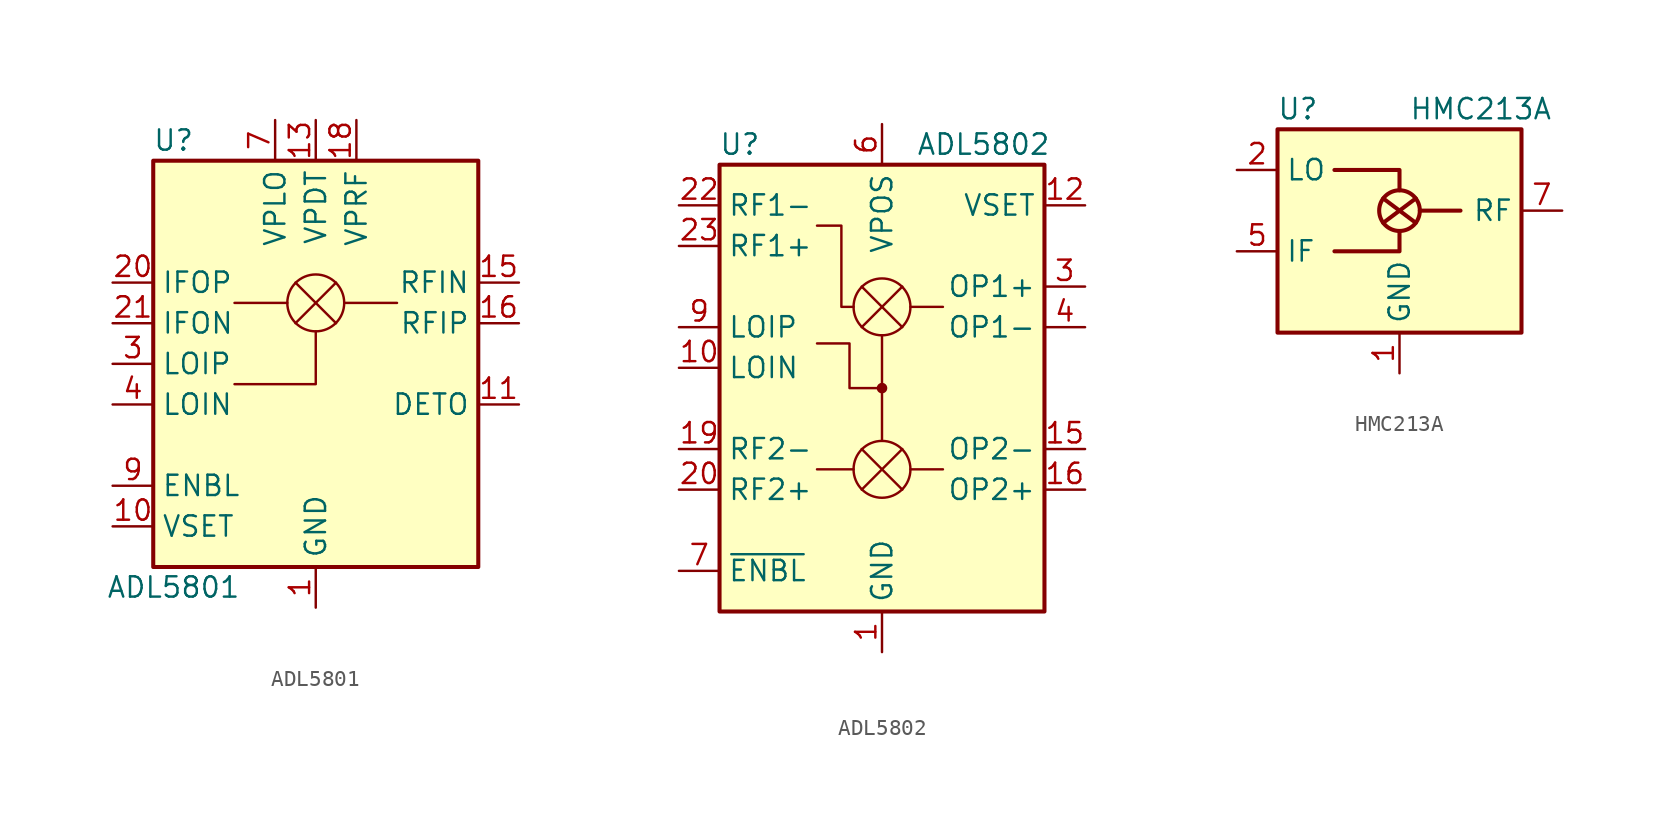
<source format=kicad_sym>
(kicad_symbol_lib
  (version 20201005)
  (generator kicad_symbol_editor)
  (symbol "ADL5801"
    (property "Reference" "U"
      (at -8.89 13.97 0)
      (effects (font (size 1.27 1.27))))
    (property "Value" "ADL5801"
      (at -8.89 -13.97 0)
      (effects (font (size 1.27 1.27))))
    (symbol "ADL5801_0_1"
      (rectangle (start -10.16 12.7) (end 10.16 -12.7) (stroke (width 0.254)) (fill (type background))))
    (symbol "ADL5801_1_1"
      (circle (center 0 3.81) (radius 1.778) (stroke (width 0)) (fill (type none)))
      (polyline (pts (xy -1.778 3.81) (xy -5.08 3.81)) (stroke (width 0)) (fill (type none)))
      (polyline (pts (xy -1.27 2.54) (xy 1.27 5.08)) (stroke (width 0)) (fill (type none)))
      (polyline (pts (xy -1.27 5.08) (xy 1.27 2.54)) (stroke (width 0)) (fill (type none)))
      (polyline (pts (xy 1.778 3.81) (xy 5.08 3.81)) (stroke (width 0)) (fill (type none)))
      (polyline (pts (xy 0 2.032) (xy 0 -1.27) (xy -5.08 -1.27)) (stroke (width 0)) (fill (type none)))
      (pin power_in line (at 0 -15.24 90) (length 2.54) (name "GND" (effects (font (size 1.27 1.27)))) (number "1" (effects (font (size 1.27 1.27)))))
      (pin input line (at -12.7 -10.16 0) (length 2.54) (name "VSET" (effects (font (size 1.27 1.27)))) (number "10" (effects (font (size 1.27 1.27)))))
      (pin output line (at 12.7 -2.54 180) (length 2.54) (name "DETO" (effects (font (size 1.27 1.27)))) (number "11" (effects (font (size 1.27 1.27)))))
      (pin passive line (at 0 -15.24 90) (length 2.54) hide (name "GND" (effects (font (size 1.27 1.27)))) (number "12" (effects (font (size 1.27 1.27)))))
      (pin power_in line (at 0 15.24 270) (length 2.54) (name "VPDT" (effects (font (size 1.27 1.27)))) (number "13" (effects (font (size 1.27 1.27)))))
      (pin passive line (at 0 -15.24 90) (length 2.54) hide (name "GND" (effects (font (size 1.27 1.27)))) (number "14" (effects (font (size 1.27 1.27)))))
      (pin passive line (at 12.7 5.08 180) (length 2.54) (name "RFIN" (effects (font (size 1.27 1.27)))) (number "15" (effects (font (size 1.27 1.27)))))
      (pin passive line (at 12.7 2.54 180) (length 2.54) (name "RFIP" (effects (font (size 1.27 1.27)))) (number "16" (effects (font (size 1.27 1.27)))))
      (pin passive line (at 0 -15.24 90) (length 2.54) hide (name "GND" (effects (font (size 1.27 1.27)))) (number "17" (effects (font (size 1.27 1.27)))))
      (pin power_in line (at 2.54 15.24 270) (length 2.54) (name "VPRF" (effects (font (size 1.27 1.27)))) (number "18" (effects (font (size 1.27 1.27)))))
      (pin passive line (at 0 -15.24 90) (length 2.54) hide (name "GND" (effects (font (size 1.27 1.27)))) (number "19" (effects (font (size 1.27 1.27)))))
      (pin passive line (at 0 -15.24 90) (length 2.54) hide (name "GND" (effects (font (size 1.27 1.27)))) (number "2" (effects (font (size 1.27 1.27)))))
      (pin passive line (at -12.7 5.08 0) (length 2.54) (name "IFOP" (effects (font (size 1.27 1.27)))) (number "20" (effects (font (size 1.27 1.27)))))
      (pin passive line (at -12.7 2.54 0) (length 2.54) (name "IFON" (effects (font (size 1.27 1.27)))) (number "21" (effects (font (size 1.27 1.27)))))
      (pin no_connect line (at 10.16 -5.08 180) (length 2.54) hide (name "NC" (effects (font (size 1.27 1.27)))) (number "22" (effects (font (size 1.27 1.27)))))
      (pin passive line (at 0 -15.24 90) (length 2.54) hide (name "GND" (effects (font (size 1.27 1.27)))) (number "23" (effects (font (size 1.27 1.27)))))
      (pin passive line (at -2.54 15.24 270) (length 2.54) hide (name "VPLO" (effects (font (size 1.27 1.27)))) (number "24" (effects (font (size 1.27 1.27)))))
      (pin passive line (at 0 -15.24 90) (length 2.54) hide (name "GND" (effects (font (size 1.27 1.27)))) (number "25" (effects (font (size 1.27 1.27)))))
      (pin passive line (at -12.7 0 0) (length 2.54) (name "LOIP" (effects (font (size 1.27 1.27)))) (number "3" (effects (font (size 1.27 1.27)))))
      (pin passive line (at -12.7 -2.54 0) (length 2.54) (name "LOIN" (effects (font (size 1.27 1.27)))) (number "4" (effects (font (size 1.27 1.27)))))
      (pin passive line (at 0 -15.24 90) (length 2.54) hide (name "GND" (effects (font (size 1.27 1.27)))) (number "5" (effects (font (size 1.27 1.27)))))
      (pin passive line (at 0 -15.24 90) (length 2.54) hide (name "GND" (effects (font (size 1.27 1.27)))) (number "6" (effects (font (size 1.27 1.27)))))
      (pin power_in line (at -2.54 15.24 270) (length 2.54) (name "VPLO" (effects (font (size 1.27 1.27)))) (number "7" (effects (font (size 1.27 1.27)))))
      (pin passive line (at 0 -15.24 90) (length 2.54) hide (name "GND" (effects (font (size 1.27 1.27)))) (number "8" (effects (font (size 1.27 1.27)))))
      (pin input line (at -12.7 -7.62 0) (length 2.54) (name "ENBL" (effects (font (size 1.27 1.27)))) (number "9" (effects (font (size 1.27 1.27)))))))
  (symbol "ADL5802"
    (property "Reference" "U"
      (at -8.89 16.51 0)
      (effects (font (size 1.27 1.27))))
    (property "Value" "ADL5802"
      (at 6.35 16.51 0)
      (effects (font (size 1.27 1.27))))
    (symbol "ADL5802_0_1"
      (circle (center 0 1.27) (radius 0.254) (stroke (width 0)) (fill (type outline)))
      (rectangle (start -10.16 15.24) (end 10.16 -12.7) (stroke (width 0.254)) (fill (type background)))
      (polyline (pts (xy -1.778 -3.81) (xy -4.064 -3.81)) (stroke (width 0)) (fill (type none)))
      (polyline (pts (xy 0 4.572) (xy 0 -2.032)) (stroke (width 0)) (fill (type none)))
      (polyline (pts (xy -1.778 6.35) (xy -2.54 6.35) (xy -2.54 11.43) (xy -4.064 11.43)) (stroke (width 0)) (fill (type none)))
      (polyline (pts (xy 0 1.27) (xy -2.032 1.27) (xy -2.032 4.064) (xy -3.048 4.064) (xy -4.064 4.064)) (stroke (width 0)) (fill (type none))))
    (symbol "ADL5802_1_1"
      (circle (center 0 -3.81) (radius 1.778) (stroke (width 0)) (fill (type none)))
      (circle (center 0 6.35) (radius 1.778) (stroke (width 0)) (fill (type none)))
      (rectangle (start 3.81 -3.81) (end 1.778 -3.81) (stroke (width 0)) (fill (type none)))
      (rectangle (start 3.81 6.35) (end 1.778 6.35) (stroke (width 0)) (fill (type none)))
      (polyline (pts (xy -1.27 -5.08) (xy 1.27 -2.54)) (stroke (width 0)) (fill (type none)))
      (polyline (pts (xy -1.27 -2.54) (xy 1.27 -5.08)) (stroke (width 0)) (fill (type none)))
      (polyline (pts (xy -1.27 5.08) (xy 1.27 7.62)) (stroke (width 0)) (fill (type none)))
      (polyline (pts (xy -1.27 7.62) (xy 1.27 5.08)) (stroke (width 0)) (fill (type none)))
      (pin power_in line (at 0 -15.24 90) (length 2.54) (name "GND" (effects (font (size 1.27 1.27)))) (number "1" (effects (font (size 1.27 1.27)))))
      (pin input line (at -12.7 2.54 0) (length 2.54) (name "LOIN" (effects (font (size 1.27 1.27)))) (number "10" (effects (font (size 1.27 1.27)))))
      (pin passive line (at 0 -15.24 90) (length 2.54) hide (name "GND" (effects (font (size 1.27 1.27)))) (number "11" (effects (font (size 1.27 1.27)))))
      (pin input line (at 12.7 12.7 180) (length 2.54) (name "VSET" (effects (font (size 1.27 1.27)))) (number "12" (effects (font (size 1.27 1.27)))))
      (pin passive line (at 0 17.78 270) (length 2.54) hide (name "VPOS" (effects (font (size 1.27 1.27)))) (number "13" (effects (font (size 1.27 1.27)))))
      (pin passive line (at 0 -15.24 90) (length 2.54) hide (name "GND" (effects (font (size 1.27 1.27)))) (number "14" (effects (font (size 1.27 1.27)))))
      (pin output line (at 12.7 -2.54 180) (length 2.54) (name "OP2-" (effects (font (size 1.27 1.27)))) (number "15" (effects (font (size 1.27 1.27)))))
      (pin output line (at 12.7 -5.08 180) (length 2.54) (name "OP2+" (effects (font (size 1.27 1.27)))) (number "16" (effects (font (size 1.27 1.27)))))
      (pin passive line (at 0 -15.24 90) (length 2.54) hide (name "GND" (effects (font (size 1.27 1.27)))) (number "17" (effects (font (size 1.27 1.27)))))
      (pin passive line (at 0 -15.24 90) (length 2.54) hide (name "GND" (effects (font (size 1.27 1.27)))) (number "18" (effects (font (size 1.27 1.27)))))
      (pin input line (at -12.7 -2.54 0) (length 2.54) (name "RF2-" (effects (font (size 1.27 1.27)))) (number "19" (effects (font (size 1.27 1.27)))))
      (pin passive line (at 0 -15.24 90) (length 2.54) hide (name "GND" (effects (font (size 1.27 1.27)))) (number "2" (effects (font (size 1.27 1.27)))))
      (pin input line (at -12.7 -5.08 0) (length 2.54) (name "RF2+" (effects (font (size 1.27 1.27)))) (number "20" (effects (font (size 1.27 1.27)))))
      (pin passive line (at 0 -15.24 90) (length 2.54) hide (name "GND" (effects (font (size 1.27 1.27)))) (number "21" (effects (font (size 1.27 1.27)))))
      (pin input line (at -12.7 12.7 0) (length 2.54) (name "RF1-" (effects (font (size 1.27 1.27)))) (number "22" (effects (font (size 1.27 1.27)))))
      (pin input line (at -12.7 10.16 0) (length 2.54) (name "RF1+" (effects (font (size 1.27 1.27)))) (number "23" (effects (font (size 1.27 1.27)))))
      (pin passive line (at 0 17.78 270) (length 2.54) hide (name "VPOS" (effects (font (size 1.27 1.27)))) (number "24" (effects (font (size 1.27 1.27)))))
      (pin passive line (at 0 -15.24 90) (length 2.54) hide (name "GND" (effects (font (size 1.27 1.27)))) (number "25" (effects (font (size 1.27 1.27)))))
      (pin output line (at 12.7 7.62 180) (length 2.54) (name "OP1+" (effects (font (size 1.27 1.27)))) (number "3" (effects (font (size 1.27 1.27)))))
      (pin output line (at 12.7 5.08 180) (length 2.54) (name "OP1-" (effects (font (size 1.27 1.27)))) (number "4" (effects (font (size 1.27 1.27)))))
      (pin passive line (at 0 -15.24 90) (length 2.54) hide (name "GND" (effects (font (size 1.27 1.27)))) (number "5" (effects (font (size 1.27 1.27)))))
      (pin power_in line (at 0 17.78 270) (length 2.54) (name "VPOS" (effects (font (size 1.27 1.27)))) (number "6" (effects (font (size 1.27 1.27)))))
      (pin input line (at -12.7 -10.16 0) (length 2.54) (name "~ENBL" (effects (font (size 1.27 1.27)))) (number "7" (effects (font (size 1.27 1.27)))))
      (pin passive line (at 0 -15.24 90) (length 2.54) hide (name "GND" (effects (font (size 1.27 1.27)))) (number "8" (effects (font (size 1.27 1.27)))))
      (pin input line (at -12.7 5.08 0) (length 2.54) (name "LOIP" (effects (font (size 1.27 1.27)))) (number "9" (effects (font (size 1.27 1.27)))))))
  (symbol "HMC213A"
    (property "Reference" "U"
      (at -6.35 8.89 0)
      (effects (font (size 1.27 1.27))))
    (property "Value" "HMC213A"
      (at 5.08 8.89 0)
      (effects (font (size 1.27 1.27))))
    (symbol "HMC213A_0_1"
      (circle (center 0 2.54) (radius 1.27) (stroke (width 0.254)) (fill (type none)))
      (rectangle (start -7.62 7.62) (end 7.62 -5.08) (stroke (width 0.254)) (fill (type background)))
      (polyline (pts (xy -1.016 1.778) (xy 1.016 3.302)) (stroke (width 0.254)) (fill (type none)))
      (polyline (pts (xy -1.016 3.302) (xy 1.016 1.778)) (stroke (width 0.254)) (fill (type none)))
      (polyline (pts (xy 1.27 2.54) (xy 3.81 2.54)) (stroke (width 0.254)) (fill (type none)))
      (polyline (pts (xy 0 1.27) (xy 0 0) (xy -4.064 0)) (stroke (width 0.254)) (fill (type none)))
      (polyline (pts (xy 0 3.81) (xy 0 5.08) (xy -4.064 5.08)) (stroke (width 0.254)) (fill (type none))))
    (symbol "HMC213A_1_1"
      (pin power_in line (at 0 -7.62 90) (length 2.54) (name "GND" (effects (font (size 1.27 1.27)))) (number "1" (effects (font (size 1.27 1.27)))))
      (pin passive line (at -10.16 5.08 0) (length 2.54) (name "LO" (effects (font (size 1.27 1.27)))) (number "2" (effects (font (size 1.27 1.27)))))
      (pin passive line (at 0 -7.62 90) (length 2.54) hide (name "GND" (effects (font (size 1.27 1.27)))) (number "3" (effects (font (size 1.27 1.27)))))
      (pin no_connect line (at 5.08 -5.08 90) (length 2.54) hide (name "NC" (effects (font (size 1.27 1.27)))) (number "4" (effects (font (size 1.27 1.27)))))
      (pin passive line (at -10.16 0 0) (length 2.54) (name "IF" (effects (font (size 1.27 1.27)))) (number "5" (effects (font (size 1.27 1.27)))))
      (pin passive line (at 0 -7.62 90) (length 2.54) hide (name "GND" (effects (font (size 1.27 1.27)))) (number "6" (effects (font (size 1.27 1.27)))))
      (pin passive line (at 10.16 2.54 180) (length 2.54) (name "RF" (effects (font (size 1.27 1.27)))) (number "7" (effects (font (size 1.27 1.27)))))
      (pin passive line (at 0 -7.62 90) (length 2.54) hide (name "GND" (effects (font (size 1.27 1.27)))) (number "8" (effects (font (size 1.27 1.27))))))))
</source>
